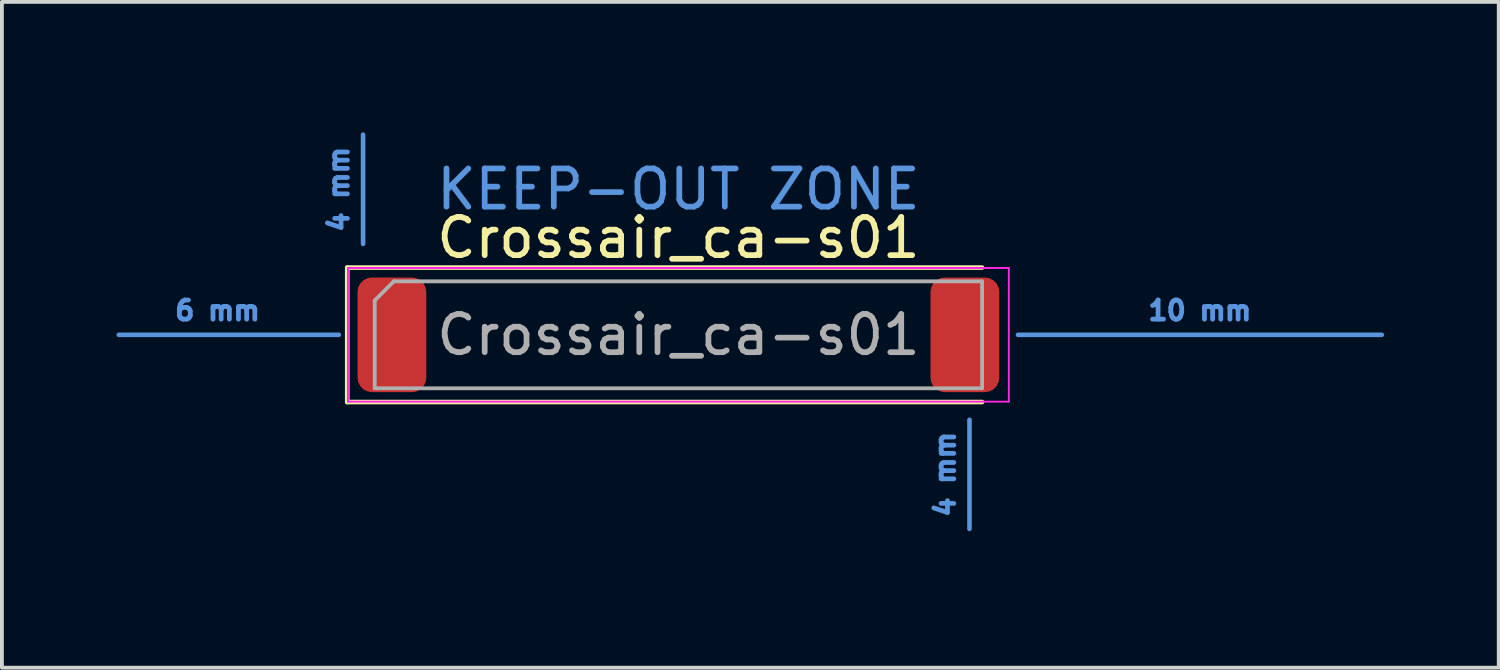
<source format=kicad_pcb>
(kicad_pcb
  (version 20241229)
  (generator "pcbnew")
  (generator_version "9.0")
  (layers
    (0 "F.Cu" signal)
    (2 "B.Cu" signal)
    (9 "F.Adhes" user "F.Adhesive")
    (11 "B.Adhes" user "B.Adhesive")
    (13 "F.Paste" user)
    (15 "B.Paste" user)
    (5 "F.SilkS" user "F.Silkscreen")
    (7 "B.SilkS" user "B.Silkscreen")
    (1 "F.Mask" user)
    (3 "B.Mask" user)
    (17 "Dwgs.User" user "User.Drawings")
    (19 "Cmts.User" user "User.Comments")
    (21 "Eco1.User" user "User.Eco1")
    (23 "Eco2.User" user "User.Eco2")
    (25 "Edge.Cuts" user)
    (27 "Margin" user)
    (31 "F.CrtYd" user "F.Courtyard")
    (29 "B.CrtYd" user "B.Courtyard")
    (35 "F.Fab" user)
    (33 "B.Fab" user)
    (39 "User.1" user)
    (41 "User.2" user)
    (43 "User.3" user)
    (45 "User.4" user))
  (footprint "Crossair_ca-s01"
    (layer "F.Cu")
    (at 14.71 5.715)
    (property "Reference" "Crossair_ca-s01" (at 0 -2.54 0) (layer "F.SilkS") (effects (font (size 1 1) (thickness 0.15))))
    (attr smd)
    (fp_line (start -8.67 -1.76) (end -8.67 1.76) (stroke (width 0.12) (type solid)) (layer "F.SilkS"))
    (fp_line (start -8.67 1.76) (end 7.95 1.76) (stroke (width 0.12) (type solid)) (layer "F.SilkS"))
    (fp_line (start 7.95 -1.76) (end -8.67 -1.76) (stroke (width 0.12) (type solid)) (layer "F.SilkS"))
    (fp_line (start -14.65 0) (end -8.89 0) (stroke (width 0.12) (type solid)) (layer "Cmts.User"))
    (fp_line (start -8.255 -5.239) (end -8.255 -2.381) (stroke (width 0.12) (type solid)) (layer "Cmts.User"))
    (fp_line (start 7.62 2.223) (end 7.62 5.08) (stroke (width 0.12) (type solid)) (layer "Cmts.User"))
    (fp_line (start 8.89 0) (end 18.415 0) (stroke (width 0.12) (type solid)) (layer "Cmts.User"))
    (fp_line (start -8.65 -1.75) (end 8.65 -1.75) (stroke (width 0.05) (type solid)) (layer "F.CrtYd"))
    (fp_line (start -8.65 1.75) (end -8.65 -1.75) (stroke (width 0.05) (type solid)) (layer "F.CrtYd"))
    (fp_line (start 8.65 -1.75) (end 8.65 1.75) (stroke (width 0.05) (type solid)) (layer "F.CrtYd"))
    (fp_line (start 8.65 1.75) (end -8.65 1.75) (stroke (width 0.05) (type solid)) (layer "F.CrtYd"))
    (fp_line (start -7.95 -0.9) (end -7.95 1.4) (stroke (width 0.1) (type solid)) (layer "F.Fab"))
    (fp_line (start -7.95 1.4) (end 7.95 1.4) (stroke (width 0.1) (type solid)) (layer "F.Fab"))
    (fp_line (start -7.45 -1.4) (end -7.95 -0.9) (stroke (width 0.1) (type solid)) (layer "F.Fab"))
    (fp_line (start 7.95 -1.4) (end -7.45 -1.4) (stroke (width 0.1) (type solid)) (layer "F.Fab"))
    (fp_line (start 7.95 1.4) (end 7.95 -1.4) (stroke (width 0.1) (type solid)) (layer "F.Fab"))
    (fp_text user "4 mm" (at 6.985 3.651 90) (unlocked yes) (layer "Cmts.User") (effects (font (size 0.5 0.5) (thickness 0.125))))
    (fp_text user "4 mm" (at -8.89 -3.81 90) (unlocked yes) (layer "Cmts.User") (effects (font (size 0.5 0.5) (thickness 0.125))))
    (fp_text user "KEEP-OUT ZONE" (at 0 -3.81 0) (unlocked yes) (layer "Cmts.User") (effects (font (size 1 1) (thickness 0.15))))
    (fp_text user "10 mm" (at 13.652 -0.635 0) (unlocked yes) (layer "Cmts.User") (effects (font (size 0.5 0.5) (thickness 0.125))))
    (fp_text user "6 mm" (at -12.065 -0.635 0) (unlocked yes) (layer "Cmts.User") (effects (font (size 0.5 0.5) (thickness 0.125))))
    (fp_text user "${REFERENCE}" (at 0 0 0) (layer "F.Fab") (effects (font (size 1 1) (thickness 0.15))))
    (pad "1" smd roundrect (at -7.5 0) (size 1.8 3) (layers "F.Cu" "F.Mask" "F.Paste") (roundrect_rratio 0.208))
    (pad "2" smd roundrect (at 7.5 0) (size 1.8 3) (layers "F.Cu" "F.Mask" "F.Paste") (roundrect_rratio 0.208))
    (zone (net_name "") (layers "F.Cu" "B.Cu") (hatch full 0.508) (connect_pads) (min_thickness 0.254) (filled_areas_thickness no) (keepout (tracks allowed) (vias not_allowed) (pads allowed) (copperpour not_allowed) (footprints allowed)) (placement (enabled no)) (fill) (polygon (pts (xy 33.125 11.43) (xy 0.105 11.43) (xy 0.105 0) (xy 33.125 0)))))
  (gr_rect
    (start -3 -3)
    (end 36.185 14.43)
    (stroke (width 0.1) (type default))
    (fill no)
    (layer "Edge.Cuts")))
</source>
